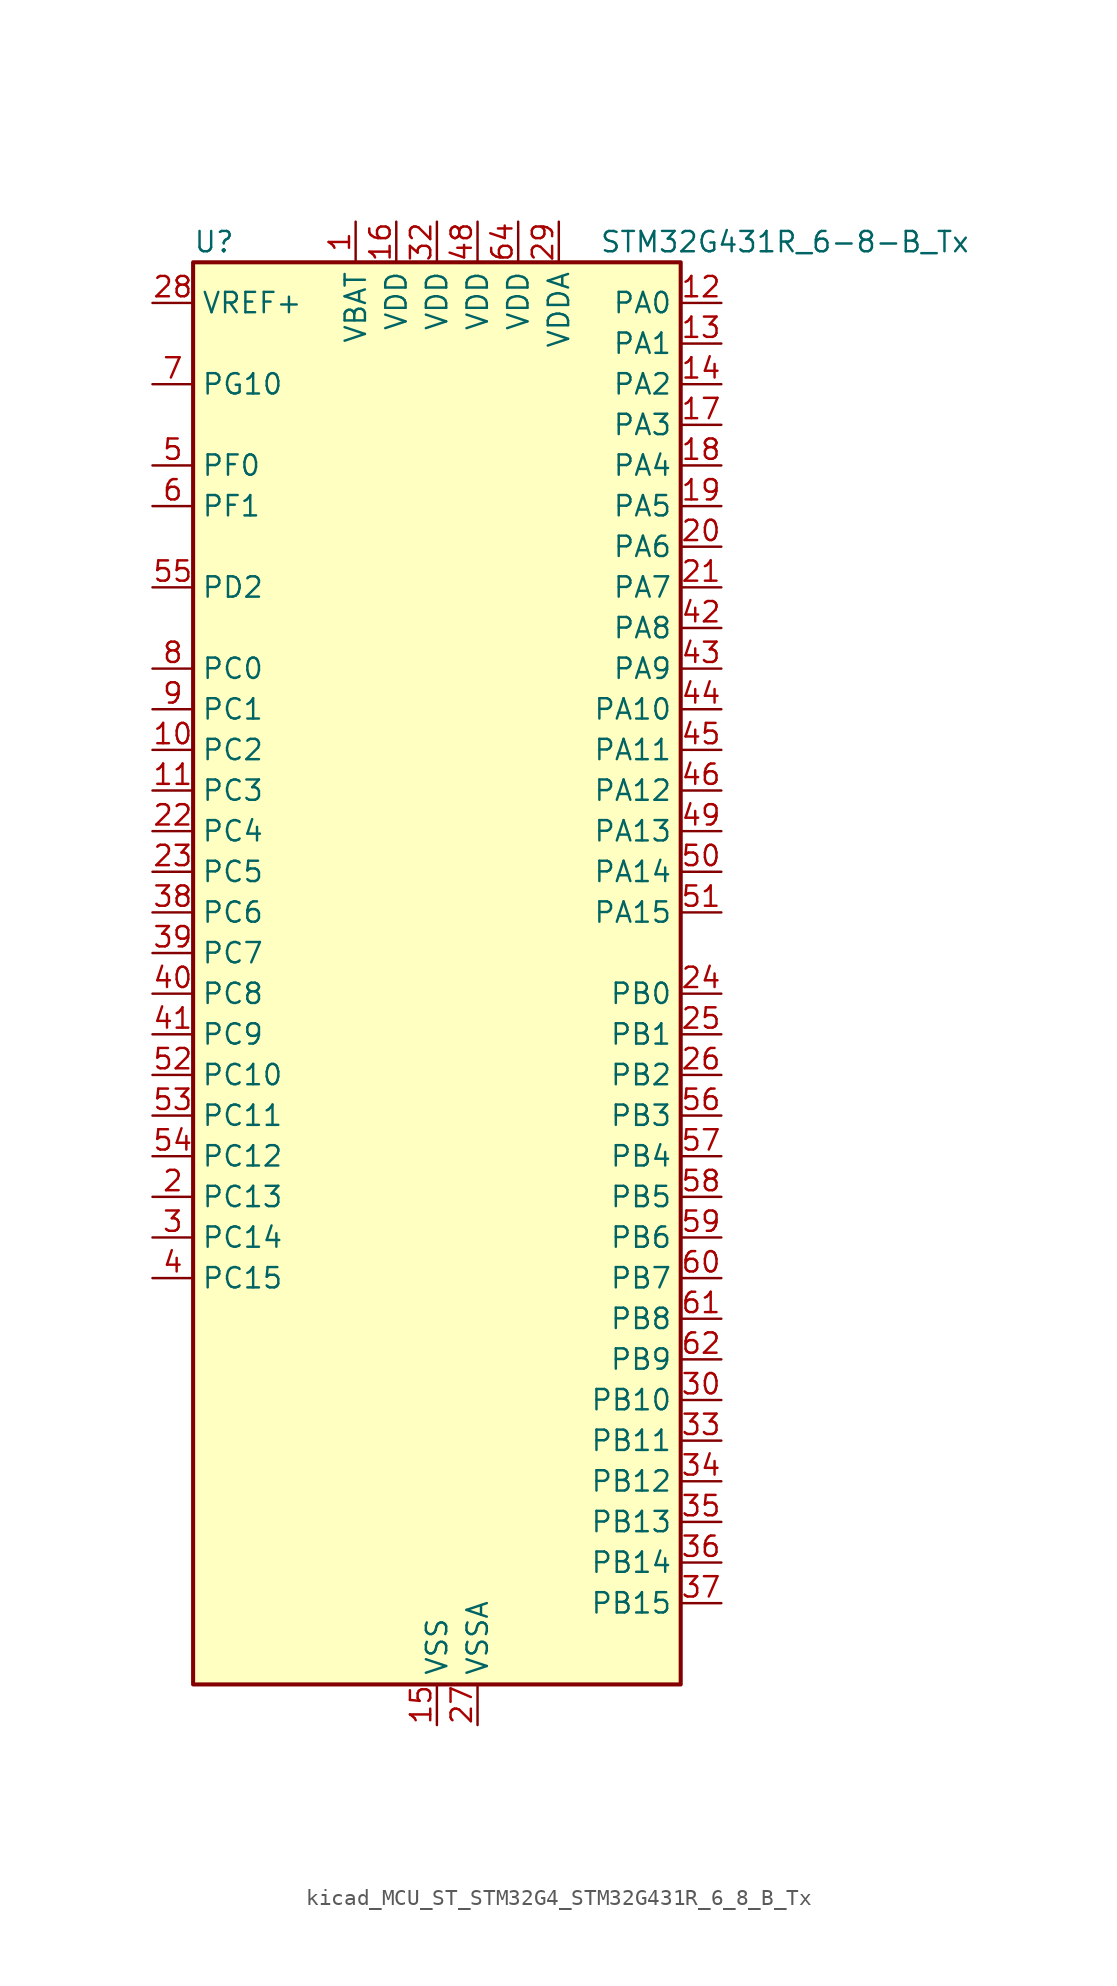
<source format=kicad_sym>
(kicad_symbol_lib
  (version 20220914)
  (generator kicad_symbol_editor)
  (symbol "kicad_MCU_ST_STM32G4_STM32G431R_6_8_B_Tx"
    (property "Reference" "U"
      (at -15.24 46.99 0)
      (effects (font (size 1.27 1.27)) (justify left)))
    (property "Value" "STM32G431R_6-8-B_Tx"
      (at 10.16 46.99 0)
      (effects (font (size 1.27 1.27)) (justify left)))
    (property "ki_locked" ""
      (at 0 0 0)
      (effects (font (size 1.27 1.27))))
    (symbol "kicad_MCU_ST_STM32G4_STM32G431R_6_8_B_Tx_0_1"
      (rectangle (start -15.24 -43.18) (end 15.24 45.72) (stroke (width 0.254) (type default)) (fill (type background))))
    (symbol "kicad_MCU_ST_STM32G4_STM32G431R_6_8_B_Tx_1_1"
      (pin power_in line (at -5.08 48.26 270) (length 2.54) (name "VBAT" (effects (font (size 1.27 1.27)))) (number "1" (effects (font (size 1.27 1.27)))))
      (pin bidirectional line (at -17.78 15.24 0) (length 2.54) (name "PC2" (effects (font (size 1.27 1.27)))) (number "10" (effects (font (size 1.27 1.27)))) (alternate "ADC1_IN8" bidirectional line) (alternate "ADC2_IN8" bidirectional line) (alternate "COMP3_OUT" bidirectional line) (alternate "LPTIM1_IN2" bidirectional line) (alternate "TIM1_CH3" bidirectional line))
      (pin bidirectional line (at -17.78 12.7 0) (length 2.54) (name "PC3" (effects (font (size 1.27 1.27)))) (number "11" (effects (font (size 1.27 1.27)))) (alternate "ADC1_IN9" bidirectional line) (alternate "ADC2_IN9" bidirectional line) (alternate "LPTIM1_ETR" bidirectional line) (alternate "SAI1_D1" bidirectional line) (alternate "SAI1_SD_A" bidirectional line) (alternate "TIM1_BKIN2" bidirectional line) (alternate "TIM1_CH4" bidirectional line))
      (pin bidirectional line (at 17.78 43.18 180) (length 2.54) (name "PA0" (effects (font (size 1.27 1.27)))) (number "12" (effects (font (size 1.27 1.27)))) (alternate "ADC1_IN1" bidirectional line) (alternate "ADC2_IN1" bidirectional line) (alternate "COMP1_INM" bidirectional line) (alternate "COMP1_OUT" bidirectional line) (alternate "COMP3_INP" bidirectional line) (alternate "RTC_TAMP2" bidirectional line) (alternate "SYS_WKUP1" bidirectional line) (alternate "TIM2_CH1" bidirectional line) (alternate "TIM2_ETR" bidirectional line) (alternate "TIM8_BKIN" bidirectional line) (alternate "TIM8_ETR" bidirectional line) (alternate "USART2_CTS" bidirectional line) (alternate "USART2_NSS" bidirectional line))
      (pin bidirectional line (at 17.78 40.64 180) (length 2.54) (name "PA1" (effects (font (size 1.27 1.27)))) (number "13" (effects (font (size 1.27 1.27)))) (alternate "ADC1_IN2" bidirectional line) (alternate "ADC2_IN2" bidirectional line) (alternate "COMP1_INP" bidirectional line) (alternate "OPAMP1_VINP" bidirectional line) (alternate "OPAMP1_VINP_SEC" bidirectional line) (alternate "OPAMP3_VINP" bidirectional line) (alternate "OPAMP3_VINP_SEC" bidirectional line) (alternate "RTC_REFIN" bidirectional line) (alternate "TIM15_CH1N" bidirectional line) (alternate "TIM2_CH2" bidirectional line) (alternate "USART2_DE" bidirectional line) (alternate "USART2_RTS" bidirectional line))
      (pin bidirectional line (at 17.78 38.1 180) (length 2.54) (name "PA2" (effects (font (size 1.27 1.27)))) (number "14" (effects (font (size 1.27 1.27)))) (alternate "ADC1_IN3" bidirectional line) (alternate "COMP2_INM" bidirectional line) (alternate "COMP2_OUT" bidirectional line) (alternate "LPUART1_TX" bidirectional line) (alternate "OPAMP1_VOUT" bidirectional line) (alternate "RCC_LSCO" bidirectional line) (alternate "SYS_WKUP4" bidirectional line) (alternate "TIM15_CH1" bidirectional line) (alternate "TIM2_CH3" bidirectional line) (alternate "UCPD1_FRSTX1" bidirectional line) (alternate "UCPD1_FRSTX2" bidirectional line) (alternate "USART2_TX" bidirectional line))
      (pin power_in line (at 0 -45.72 90) (length 2.54) (name "VSS" (effects (font (size 1.27 1.27)))) (number "15" (effects (font (size 1.27 1.27)))))
      (pin power_in line (at -2.54 48.26 270) (length 2.54) (name "VDD" (effects (font (size 1.27 1.27)))) (number "16" (effects (font (size 1.27 1.27)))))
      (pin bidirectional line (at 17.78 35.56 180) (length 2.54) (name "PA3" (effects (font (size 1.27 1.27)))) (number "17" (effects (font (size 1.27 1.27)))) (alternate "ADC1_IN4" bidirectional line) (alternate "COMP2_INP" bidirectional line) (alternate "LPUART1_RX" bidirectional line) (alternate "OPAMP1_VINM" bidirectional line) (alternate "OPAMP1_VINM0" bidirectional line) (alternate "OPAMP1_VINM_SEC" bidirectional line) (alternate "OPAMP1_VINP" bidirectional line) (alternate "OPAMP1_VINP_SEC" bidirectional line) (alternate "SAI1_CK1" bidirectional line) (alternate "SAI1_MCLK_A" bidirectional line) (alternate "TIM15_CH2" bidirectional line) (alternate "TIM2_CH4" bidirectional line) (alternate "USART2_RX" bidirectional line))
      (pin bidirectional line (at 17.78 33.02 180) (length 2.54) (name "PA4" (effects (font (size 1.27 1.27)))) (number "18" (effects (font (size 1.27 1.27)))) (alternate "ADC2_IN17" bidirectional line) (alternate "COMP1_INM" bidirectional line) (alternate "DAC1_OUT1" bidirectional line) (alternate "I2S3_WS" bidirectional line) (alternate "SAI1_FS_B" bidirectional line) (alternate "SPI1_NSS" bidirectional line) (alternate "SPI3_NSS" bidirectional line) (alternate "TIM3_CH2" bidirectional line) (alternate "USART2_CK" bidirectional line))
      (pin bidirectional line (at 17.78 30.48 180) (length 2.54) (name "PA5" (effects (font (size 1.27 1.27)))) (number "19" (effects (font (size 1.27 1.27)))) (alternate "ADC2_IN13" bidirectional line) (alternate "COMP2_INM" bidirectional line) (alternate "DAC1_OUT2" bidirectional line) (alternate "OPAMP2_VINM" bidirectional line) (alternate "OPAMP2_VINM0" bidirectional line) (alternate "OPAMP2_VINM_SEC" bidirectional line) (alternate "SPI1_SCK" bidirectional line) (alternate "TIM2_CH1" bidirectional line) (alternate "TIM2_ETR" bidirectional line) (alternate "UCPD1_FRSTX1" bidirectional line) (alternate "UCPD1_FRSTX2" bidirectional line))
      (pin bidirectional line (at -17.78 -12.7 0) (length 2.54) (name "PC13" (effects (font (size 1.27 1.27)))) (number "2" (effects (font (size 1.27 1.27)))) (alternate "RTC_OUT1" bidirectional line) (alternate "RTC_TAMP1" bidirectional line) (alternate "RTC_TS" bidirectional line) (alternate "SYS_WKUP2" bidirectional line) (alternate "TIM1_BKIN" bidirectional line) (alternate "TIM1_CH1N" bidirectional line) (alternate "TIM8_CH4N" bidirectional line))
      (pin bidirectional line (at 17.78 27.94 180) (length 2.54) (name "PA6" (effects (font (size 1.27 1.27)))) (number "20" (effects (font (size 1.27 1.27)))) (alternate "ADC2_IN3" bidirectional line) (alternate "COMP1_OUT" bidirectional line) (alternate "LPUART1_CTS" bidirectional line) (alternate "OPAMP2_VOUT" bidirectional line) (alternate "SPI1_MISO" bidirectional line) (alternate "TIM16_CH1" bidirectional line) (alternate "TIM1_BKIN" bidirectional line) (alternate "TIM3_CH1" bidirectional line) (alternate "TIM8_BKIN" bidirectional line))
      (pin bidirectional line (at 17.78 25.4 180) (length 2.54) (name "PA7" (effects (font (size 1.27 1.27)))) (number "21" (effects (font (size 1.27 1.27)))) (alternate "ADC2_IN4" bidirectional line) (alternate "COMP2_INP" bidirectional line) (alternate "COMP2_OUT" bidirectional line) (alternate "OPAMP1_VINP" bidirectional line) (alternate "OPAMP1_VINP_SEC" bidirectional line) (alternate "OPAMP2_VINP" bidirectional line) (alternate "OPAMP2_VINP_SEC" bidirectional line) (alternate "SPI1_MOSI" bidirectional line) (alternate "TIM17_CH1" bidirectional line) (alternate "TIM1_CH1N" bidirectional line) (alternate "TIM3_CH2" bidirectional line) (alternate "TIM8_CH1N" bidirectional line) (alternate "UCPD1_FRSTX1" bidirectional line) (alternate "UCPD1_FRSTX2" bidirectional line))
      (pin bidirectional line (at -17.78 10.16 0) (length 2.54) (name "PC4" (effects (font (size 1.27 1.27)))) (number "22" (effects (font (size 1.27 1.27)))) (alternate "ADC2_IN5" bidirectional line) (alternate "I2C2_SCL" bidirectional line) (alternate "TIM1_ETR" bidirectional line) (alternate "USART1_TX" bidirectional line))
      (pin bidirectional line (at -17.78 7.62 0) (length 2.54) (name "PC5" (effects (font (size 1.27 1.27)))) (number "23" (effects (font (size 1.27 1.27)))) (alternate "ADC2_IN11" bidirectional line) (alternate "OPAMP1_VINM" bidirectional line) (alternate "OPAMP1_VINM1" bidirectional line) (alternate "OPAMP1_VINM_SEC" bidirectional line) (alternate "OPAMP2_VINM" bidirectional line) (alternate "OPAMP2_VINM1" bidirectional line) (alternate "OPAMP2_VINM_SEC" bidirectional line) (alternate "SAI1_D3" bidirectional line) (alternate "SYS_WKUP5" bidirectional line) (alternate "TIM15_BKIN" bidirectional line) (alternate "TIM1_CH4N" bidirectional line) (alternate "USART1_RX" bidirectional line))
      (pin bidirectional line (at 17.78 0 180) (length 2.54) (name "PB0" (effects (font (size 1.27 1.27)))) (number "24" (effects (font (size 1.27 1.27)))) (alternate "ADC1_IN15" bidirectional line) (alternate "COMP4_INP" bidirectional line) (alternate "OPAMP2_VINP" bidirectional line) (alternate "OPAMP2_VINP_SEC" bidirectional line) (alternate "OPAMP3_VINP" bidirectional line) (alternate "OPAMP3_VINP_SEC" bidirectional line) (alternate "TIM1_CH2N" bidirectional line) (alternate "TIM3_CH3" bidirectional line) (alternate "TIM8_CH2N" bidirectional line) (alternate "UCPD1_FRSTX1" bidirectional line) (alternate "UCPD1_FRSTX2" bidirectional line))
      (pin bidirectional line (at 17.78 -2.54 180) (length 2.54) (name "PB1" (effects (font (size 1.27 1.27)))) (number "25" (effects (font (size 1.27 1.27)))) (alternate "ADC1_IN12" bidirectional line) (alternate "COMP1_INP" bidirectional line) (alternate "COMP4_OUT" bidirectional line) (alternate "LPUART1_DE" bidirectional line) (alternate "LPUART1_RTS" bidirectional line) (alternate "OPAMP3_VOUT" bidirectional line) (alternate "TIM1_CH3N" bidirectional line) (alternate "TIM3_CH4" bidirectional line) (alternate "TIM8_CH3N" bidirectional line))
      (pin bidirectional line (at 17.78 -5.08 180) (length 2.54) (name "PB2" (effects (font (size 1.27 1.27)))) (number "26" (effects (font (size 1.27 1.27)))) (alternate "ADC2_IN12" bidirectional line) (alternate "COMP4_INM" bidirectional line) (alternate "I2C3_SMBA" bidirectional line) (alternate "LPTIM1_OUT" bidirectional line) (alternate "OPAMP3_VINM" bidirectional line) (alternate "OPAMP3_VINM0" bidirectional line) (alternate "OPAMP3_VINM_SEC" bidirectional line) (alternate "RTC_OUT2" bidirectional line))
      (pin power_in line (at 2.54 -45.72 90) (length 2.54) (name "VSSA" (effects (font (size 1.27 1.27)))) (number "27" (effects (font (size 1.27 1.27)))))
      (pin input line (at -17.78 43.18 0) (length 2.54) (name "VREF+" (effects (font (size 1.27 1.27)))) (number "28" (effects (font (size 1.27 1.27)))) (alternate "VREFBUF_OUT" bidirectional line))
      (pin power_in line (at 7.62 48.26 270) (length 2.54) (name "VDDA" (effects (font (size 1.27 1.27)))) (number "29" (effects (font (size 1.27 1.27)))))
      (pin bidirectional line (at -17.78 -15.24 0) (length 2.54) (name "PC14" (effects (font (size 1.27 1.27)))) (number "3" (effects (font (size 1.27 1.27)))) (alternate "RCC_OSC32_IN" bidirectional line))
      (pin bidirectional line (at 17.78 -25.4 180) (length 2.54) (name "PB10" (effects (font (size 1.27 1.27)))) (number "30" (effects (font (size 1.27 1.27)))) (alternate "DAC1_EXTI10" bidirectional line) (alternate "DAC3_EXTI10" bidirectional line) (alternate "LPUART1_RX" bidirectional line) (alternate "OPAMP3_VINM" bidirectional line) (alternate "OPAMP3_VINM1" bidirectional line) (alternate "OPAMP3_VINM_SEC" bidirectional line) (alternate "SAI1_SCK_A" bidirectional line) (alternate "TIM1_BKIN" bidirectional line) (alternate "TIM2_CH3" bidirectional line) (alternate "USART3_TX" bidirectional line))
      (pin passive line (at 0 -45.72 90) (length 2.54) hide (name "VSS" (effects (font (size 1.27 1.27)))) (number "31" (effects (font (size 1.27 1.27)))))
      (pin power_in line (at 0 48.26 270) (length 2.54) (name "VDD" (effects (font (size 1.27 1.27)))) (number "32" (effects (font (size 1.27 1.27)))))
      (pin bidirectional line (at 17.78 -27.94 180) (length 2.54) (name "PB11" (effects (font (size 1.27 1.27)))) (number "33" (effects (font (size 1.27 1.27)))) (alternate "ADC1_EXTI11" bidirectional line) (alternate "ADC1_IN14" bidirectional line) (alternate "ADC2_EXTI11" bidirectional line) (alternate "ADC2_IN14" bidirectional line) (alternate "LPUART1_TX" bidirectional line) (alternate "TIM2_CH4" bidirectional line) (alternate "USART3_RX" bidirectional line))
      (pin bidirectional line (at 17.78 -30.48 180) (length 2.54) (name "PB12" (effects (font (size 1.27 1.27)))) (number "34" (effects (font (size 1.27 1.27)))) (alternate "ADC1_IN11" bidirectional line) (alternate "I2C2_SMBA" bidirectional line) (alternate "I2S2_WS" bidirectional line) (alternate "LPUART1_DE" bidirectional line) (alternate "LPUART1_RTS" bidirectional line) (alternate "SPI2_NSS" bidirectional line) (alternate "TIM1_BKIN" bidirectional line) (alternate "USART3_CK" bidirectional line))
      (pin bidirectional line (at 17.78 -33.02 180) (length 2.54) (name "PB13" (effects (font (size 1.27 1.27)))) (number "35" (effects (font (size 1.27 1.27)))) (alternate "I2S2_CK" bidirectional line) (alternate "LPUART1_CTS" bidirectional line) (alternate "OPAMP3_VINP" bidirectional line) (alternate "OPAMP3_VINP_SEC" bidirectional line) (alternate "SPI2_SCK" bidirectional line) (alternate "TIM1_CH1N" bidirectional line) (alternate "USART3_CTS" bidirectional line) (alternate "USART3_NSS" bidirectional line))
      (pin bidirectional line (at 17.78 -35.56 180) (length 2.54) (name "PB14" (effects (font (size 1.27 1.27)))) (number "36" (effects (font (size 1.27 1.27)))) (alternate "ADC1_IN5" bidirectional line) (alternate "COMP4_OUT" bidirectional line) (alternate "OPAMP2_VINP" bidirectional line) (alternate "OPAMP2_VINP_SEC" bidirectional line) (alternate "SPI2_MISO" bidirectional line) (alternate "TIM15_CH1" bidirectional line) (alternate "TIM1_CH2N" bidirectional line) (alternate "USART3_DE" bidirectional line) (alternate "USART3_RTS" bidirectional line))
      (pin bidirectional line (at 17.78 -38.1 180) (length 2.54) (name "PB15" (effects (font (size 1.27 1.27)))) (number "37" (effects (font (size 1.27 1.27)))) (alternate "ADC1_EXTI15" bidirectional line) (alternate "ADC2_EXTI15" bidirectional line) (alternate "ADC2_IN15" bidirectional line) (alternate "COMP3_OUT" bidirectional line) (alternate "I2S2_SD" bidirectional line) (alternate "RTC_REFIN" bidirectional line) (alternate "SPI2_MOSI" bidirectional line) (alternate "TIM15_CH1N" bidirectional line) (alternate "TIM15_CH2" bidirectional line) (alternate "TIM1_CH3N" bidirectional line))
      (pin bidirectional line (at -17.78 5.08 0) (length 2.54) (name "PC6" (effects (font (size 1.27 1.27)))) (number "38" (effects (font (size 1.27 1.27)))) (alternate "I2S2_MCK" bidirectional line) (alternate "TIM3_CH1" bidirectional line) (alternate "TIM8_CH1" bidirectional line))
      (pin bidirectional line (at -17.78 2.54 0) (length 2.54) (name "PC7" (effects (font (size 1.27 1.27)))) (number "39" (effects (font (size 1.27 1.27)))) (alternate "I2S3_MCK" bidirectional line) (alternate "TIM3_CH2" bidirectional line) (alternate "TIM8_CH2" bidirectional line))
      (pin bidirectional line (at -17.78 -17.78 0) (length 2.54) (name "PC15" (effects (font (size 1.27 1.27)))) (number "4" (effects (font (size 1.27 1.27)))) (alternate "ADC1_EXTI15" bidirectional line) (alternate "ADC2_EXTI15" bidirectional line) (alternate "RCC_OSC32_OUT" bidirectional line))
      (pin bidirectional line (at -17.78 0 0) (length 2.54) (name "PC8" (effects (font (size 1.27 1.27)))) (number "40" (effects (font (size 1.27 1.27)))) (alternate "I2C3_SCL" bidirectional line) (alternate "TIM3_CH3" bidirectional line) (alternate "TIM8_CH3" bidirectional line))
      (pin bidirectional line (at -17.78 -2.54 0) (length 2.54) (name "PC9" (effects (font (size 1.27 1.27)))) (number "41" (effects (font (size 1.27 1.27)))) (alternate "DAC1_EXTI9" bidirectional line) (alternate "DAC3_EXTI9" bidirectional line) (alternate "I2C3_SDA" bidirectional line) (alternate "I2S_CKIN" bidirectional line) (alternate "TIM3_CH4" bidirectional line) (alternate "TIM8_BKIN2" bidirectional line) (alternate "TIM8_CH4" bidirectional line))
      (pin bidirectional line (at 17.78 22.86 180) (length 2.54) (name "PA8" (effects (font (size 1.27 1.27)))) (number "42" (effects (font (size 1.27 1.27)))) (alternate "I2C2_SDA" bidirectional line) (alternate "I2C3_SCL" bidirectional line) (alternate "I2S2_MCK" bidirectional line) (alternate "RCC_MCO" bidirectional line) (alternate "SAI1_CK2" bidirectional line) (alternate "SAI1_SCK_A" bidirectional line) (alternate "TIM1_CH1" bidirectional line) (alternate "TIM4_ETR" bidirectional line) (alternate "USART1_CK" bidirectional line))
      (pin bidirectional line (at 17.78 20.32 180) (length 2.54) (name "PA9" (effects (font (size 1.27 1.27)))) (number "43" (effects (font (size 1.27 1.27)))) (alternate "DAC1_EXTI9" bidirectional line) (alternate "DAC3_EXTI9" bidirectional line) (alternate "I2C2_SCL" bidirectional line) (alternate "I2C3_SMBA" bidirectional line) (alternate "I2S3_MCK" bidirectional line) (alternate "SAI1_FS_A" bidirectional line) (alternate "TIM15_BKIN" bidirectional line) (alternate "TIM1_CH2" bidirectional line) (alternate "TIM2_CH3" bidirectional line) (alternate "UCPD1_DBCC1" bidirectional line) (alternate "USART1_TX" bidirectional line))
      (pin bidirectional line (at 17.78 17.78 180) (length 2.54) (name "PA10" (effects (font (size 1.27 1.27)))) (number "44" (effects (font (size 1.27 1.27)))) (alternate "CRS_SYNC" bidirectional line) (alternate "DAC1_EXTI10" bidirectional line) (alternate "DAC3_EXTI10" bidirectional line) (alternate "I2C2_SMBA" bidirectional line) (alternate "SAI1_D1" bidirectional line) (alternate "SAI1_SD_A" bidirectional line) (alternate "SPI2_MISO" bidirectional line) (alternate "TIM17_BKIN" bidirectional line) (alternate "TIM1_CH3" bidirectional line) (alternate "TIM2_CH4" bidirectional line) (alternate "TIM8_BKIN" bidirectional line) (alternate "UCPD1_DBCC2" bidirectional line) (alternate "USART1_RX" bidirectional line))
      (pin bidirectional line (at 17.78 15.24 180) (length 2.54) (name "PA11" (effects (font (size 1.27 1.27)))) (number "45" (effects (font (size 1.27 1.27)))) (alternate "ADC1_EXTI11" bidirectional line) (alternate "ADC2_EXTI11" bidirectional line) (alternate "COMP1_OUT" bidirectional line) (alternate "FDCAN1_RX" bidirectional line) (alternate "I2S2_SD" bidirectional line) (alternate "SPI2_MOSI" bidirectional line) (alternate "TIM1_BKIN2" bidirectional line) (alternate "TIM1_CH1N" bidirectional line) (alternate "TIM1_CH4" bidirectional line) (alternate "TIM4_CH1" bidirectional line) (alternate "USART1_CTS" bidirectional line) (alternate "USART1_NSS" bidirectional line) (alternate "USB_DM" bidirectional line))
      (pin bidirectional line (at 17.78 12.7 180) (length 2.54) (name "PA12" (effects (font (size 1.27 1.27)))) (number "46" (effects (font (size 1.27 1.27)))) (alternate "COMP2_OUT" bidirectional line) (alternate "FDCAN1_TX" bidirectional line) (alternate "I2S_CKIN" bidirectional line) (alternate "TIM16_CH1" bidirectional line) (alternate "TIM1_CH2N" bidirectional line) (alternate "TIM1_ETR" bidirectional line) (alternate "TIM4_CH2" bidirectional line) (alternate "USART1_DE" bidirectional line) (alternate "USART1_RTS" bidirectional line) (alternate "USB_DP" bidirectional line))
      (pin passive line (at 0 -45.72 90) (length 2.54) hide (name "VSS" (effects (font (size 1.27 1.27)))) (number "47" (effects (font (size 1.27 1.27)))))
      (pin power_in line (at 2.54 48.26 270) (length 2.54) (name "VDD" (effects (font (size 1.27 1.27)))) (number "48" (effects (font (size 1.27 1.27)))))
      (pin bidirectional line (at 17.78 10.16 180) (length 2.54) (name "PA13" (effects (font (size 1.27 1.27)))) (number "49" (effects (font (size 1.27 1.27)))) (alternate "I2C1_SCL" bidirectional line) (alternate "IR_OUT" bidirectional line) (alternate "SAI1_SD_B" bidirectional line) (alternate "SYS_JTMS-SWDIO" bidirectional line) (alternate "TIM16_CH1N" bidirectional line) (alternate "TIM4_CH3" bidirectional line) (alternate "USART3_CTS" bidirectional line) (alternate "USART3_NSS" bidirectional line))
      (pin bidirectional line (at -17.78 33.02 0) (length 2.54) (name "PF0" (effects (font (size 1.27 1.27)))) (number "5" (effects (font (size 1.27 1.27)))) (alternate "ADC1_IN10" bidirectional line) (alternate "I2C2_SDA" bidirectional line) (alternate "I2S2_WS" bidirectional line) (alternate "RCC_OSC_IN" bidirectional line) (alternate "SPI2_NSS" bidirectional line) (alternate "TIM1_CH3N" bidirectional line))
      (pin bidirectional line (at 17.78 7.62 180) (length 2.54) (name "PA14" (effects (font (size 1.27 1.27)))) (number "50" (effects (font (size 1.27 1.27)))) (alternate "I2C1_SDA" bidirectional line) (alternate "LPTIM1_OUT" bidirectional line) (alternate "SAI1_FS_B" bidirectional line) (alternate "SYS_JTCK-SWCLK" bidirectional line) (alternate "TIM1_BKIN" bidirectional line) (alternate "TIM8_CH2" bidirectional line) (alternate "USART2_TX" bidirectional line))
      (pin bidirectional line (at 17.78 5.08 180) (length 2.54) (name "PA15" (effects (font (size 1.27 1.27)))) (number "51" (effects (font (size 1.27 1.27)))) (alternate "ADC1_EXTI15" bidirectional line) (alternate "ADC2_EXTI15" bidirectional line) (alternate "I2C1_SCL" bidirectional line) (alternate "I2S3_WS" bidirectional line) (alternate "SPI1_NSS" bidirectional line) (alternate "SPI3_NSS" bidirectional line) (alternate "SYS_JTDI" bidirectional line) (alternate "TIM1_BKIN" bidirectional line) (alternate "TIM2_CH1" bidirectional line) (alternate "TIM2_ETR" bidirectional line) (alternate "TIM8_CH1" bidirectional line) (alternate "UART4_DE" bidirectional line) (alternate "UART4_RTS" bidirectional line) (alternate "USART2_RX" bidirectional line))
      (pin bidirectional line (at -17.78 -5.08 0) (length 2.54) (name "PC10" (effects (font (size 1.27 1.27)))) (number "52" (effects (font (size 1.27 1.27)))) (alternate "DAC1_EXTI10" bidirectional line) (alternate "DAC3_EXTI10" bidirectional line) (alternate "I2S3_CK" bidirectional line) (alternate "SPI3_SCK" bidirectional line) (alternate "TIM8_CH1N" bidirectional line) (alternate "UART4_TX" bidirectional line) (alternate "USART3_TX" bidirectional line))
      (pin bidirectional line (at -17.78 -7.62 0) (length 2.54) (name "PC11" (effects (font (size 1.27 1.27)))) (number "53" (effects (font (size 1.27 1.27)))) (alternate "ADC1_EXTI11" bidirectional line) (alternate "ADC2_EXTI11" bidirectional line) (alternate "I2C3_SDA" bidirectional line) (alternate "SPI3_MISO" bidirectional line) (alternate "TIM8_CH2N" bidirectional line) (alternate "UART4_RX" bidirectional line) (alternate "USART3_RX" bidirectional line))
      (pin bidirectional line (at -17.78 -10.16 0) (length 2.54) (name "PC12" (effects (font (size 1.27 1.27)))) (number "54" (effects (font (size 1.27 1.27)))) (alternate "I2S3_SD" bidirectional line) (alternate "SPI3_MOSI" bidirectional line) (alternate "TIM8_CH3N" bidirectional line) (alternate "UCPD1_FRSTX1" bidirectional line) (alternate "UCPD1_FRSTX2" bidirectional line) (alternate "USART3_CK" bidirectional line))
      (pin bidirectional line (at -17.78 25.4 0) (length 2.54) (name "PD2" (effects (font (size 1.27 1.27)))) (number "55" (effects (font (size 1.27 1.27)))) (alternate "TIM3_ETR" bidirectional line) (alternate "TIM8_BKIN" bidirectional line))
      (pin bidirectional line (at 17.78 -7.62 180) (length 2.54) (name "PB3" (effects (font (size 1.27 1.27)))) (number "56" (effects (font (size 1.27 1.27)))) (alternate "CRS_SYNC" bidirectional line) (alternate "I2S3_CK" bidirectional line) (alternate "SAI1_SCK_B" bidirectional line) (alternate "SPI1_SCK" bidirectional line) (alternate "SPI3_SCK" bidirectional line) (alternate "SYS_JTDO-SWO" bidirectional line) (alternate "TIM2_CH2" bidirectional line) (alternate "TIM3_ETR" bidirectional line) (alternate "TIM4_ETR" bidirectional line) (alternate "TIM8_CH1N" bidirectional line) (alternate "USART2_TX" bidirectional line))
      (pin bidirectional line (at 17.78 -10.16 180) (length 2.54) (name "PB4" (effects (font (size 1.27 1.27)))) (number "57" (effects (font (size 1.27 1.27)))) (alternate "SAI1_MCLK_B" bidirectional line) (alternate "SPI1_MISO" bidirectional line) (alternate "SPI3_MISO" bidirectional line) (alternate "SYS_JTRST" bidirectional line) (alternate "TIM16_CH1" bidirectional line) (alternate "TIM17_BKIN" bidirectional line) (alternate "TIM3_CH1" bidirectional line) (alternate "TIM8_CH2N" bidirectional line) (alternate "UCPD1_CC2" bidirectional line) (alternate "USART2_RX" bidirectional line))
      (pin bidirectional line (at 17.78 -12.7 180) (length 2.54) (name "PB5" (effects (font (size 1.27 1.27)))) (number "58" (effects (font (size 1.27 1.27)))) (alternate "I2C1_SMBA" bidirectional line) (alternate "I2C3_SDA" bidirectional line) (alternate "I2S3_SD" bidirectional line) (alternate "LPTIM1_IN1" bidirectional line) (alternate "SAI1_SD_B" bidirectional line) (alternate "SPI1_MOSI" bidirectional line) (alternate "SPI3_MOSI" bidirectional line) (alternate "TIM16_BKIN" bidirectional line) (alternate "TIM17_CH1" bidirectional line) (alternate "TIM3_CH2" bidirectional line) (alternate "TIM8_CH3N" bidirectional line) (alternate "USART2_CK" bidirectional line))
      (pin bidirectional line (at 17.78 -15.24 180) (length 2.54) (name "PB6" (effects (font (size 1.27 1.27)))) (number "59" (effects (font (size 1.27 1.27)))) (alternate "COMP4_OUT" bidirectional line) (alternate "LPTIM1_ETR" bidirectional line) (alternate "SAI1_FS_B" bidirectional line) (alternate "TIM16_CH1N" bidirectional line) (alternate "TIM4_CH1" bidirectional line) (alternate "TIM8_BKIN2" bidirectional line) (alternate "TIM8_CH1" bidirectional line) (alternate "TIM8_ETR" bidirectional line) (alternate "UCPD1_CC1" bidirectional line) (alternate "USART1_TX" bidirectional line))
      (pin bidirectional line (at -17.78 30.48 0) (length 2.54) (name "PF1" (effects (font (size 1.27 1.27)))) (number "6" (effects (font (size 1.27 1.27)))) (alternate "ADC2_IN10" bidirectional line) (alternate "COMP3_INM" bidirectional line) (alternate "I2S2_CK" bidirectional line) (alternate "RCC_OSC_OUT" bidirectional line) (alternate "SPI2_SCK" bidirectional line))
      (pin bidirectional line (at 17.78 -17.78 180) (length 2.54) (name "PB7" (effects (font (size 1.27 1.27)))) (number "60" (effects (font (size 1.27 1.27)))) (alternate "COMP3_OUT" bidirectional line) (alternate "I2C1_SDA" bidirectional line) (alternate "LPTIM1_IN2" bidirectional line) (alternate "SYS_PVD_IN" bidirectional line) (alternate "TIM17_CH1N" bidirectional line) (alternate "TIM3_CH4" bidirectional line) (alternate "TIM4_CH2" bidirectional line) (alternate "TIM8_BKIN" bidirectional line) (alternate "UART4_CTS" bidirectional line) (alternate "USART1_RX" bidirectional line))
      (pin bidirectional line (at 17.78 -20.32 180) (length 2.54) (name "PB8" (effects (font (size 1.27 1.27)))) (number "61" (effects (font (size 1.27 1.27)))) (alternate "COMP1_OUT" bidirectional line) (alternate "FDCAN1_RX" bidirectional line) (alternate "I2C1_SCL" bidirectional line) (alternate "SAI1_CK1" bidirectional line) (alternate "SAI1_MCLK_A" bidirectional line) (alternate "TIM16_CH1" bidirectional line) (alternate "TIM1_BKIN" bidirectional line) (alternate "TIM4_CH3" bidirectional line) (alternate "TIM8_CH2" bidirectional line) (alternate "USART3_RX" bidirectional line))
      (pin bidirectional line (at 17.78 -22.86 180) (length 2.54) (name "PB9" (effects (font (size 1.27 1.27)))) (number "62" (effects (font (size 1.27 1.27)))) (alternate "COMP2_OUT" bidirectional line) (alternate "DAC1_EXTI9" bidirectional line) (alternate "DAC3_EXTI9" bidirectional line) (alternate "FDCAN1_TX" bidirectional line) (alternate "I2C1_SDA" bidirectional line) (alternate "IR_OUT" bidirectional line) (alternate "SAI1_D2" bidirectional line) (alternate "SAI1_FS_A" bidirectional line) (alternate "TIM17_CH1" bidirectional line) (alternate "TIM1_CH3N" bidirectional line) (alternate "TIM4_CH4" bidirectional line) (alternate "TIM8_CH3" bidirectional line) (alternate "USART3_TX" bidirectional line))
      (pin passive line (at 0 -45.72 90) (length 2.54) hide (name "VSS" (effects (font (size 1.27 1.27)))) (number "63" (effects (font (size 1.27 1.27)))))
      (pin power_in line (at 5.08 48.26 270) (length 2.54) (name "VDD" (effects (font (size 1.27 1.27)))) (number "64" (effects (font (size 1.27 1.27)))))
      (pin bidirectional line (at -17.78 38.1 0) (length 2.54) (name "PG10" (effects (font (size 1.27 1.27)))) (number "7" (effects (font (size 1.27 1.27)))) (alternate "DAC1_EXTI10" bidirectional line) (alternate "DAC3_EXTI10" bidirectional line) (alternate "RCC_MCO" bidirectional line))
      (pin bidirectional line (at -17.78 20.32 0) (length 2.54) (name "PC0" (effects (font (size 1.27 1.27)))) (number "8" (effects (font (size 1.27 1.27)))) (alternate "ADC1_IN6" bidirectional line) (alternate "ADC2_IN6" bidirectional line) (alternate "COMP3_INM" bidirectional line) (alternate "LPTIM1_IN1" bidirectional line) (alternate "LPUART1_RX" bidirectional line) (alternate "TIM1_CH1" bidirectional line))
      (pin bidirectional line (at -17.78 17.78 0) (length 2.54) (name "PC1" (effects (font (size 1.27 1.27)))) (number "9" (effects (font (size 1.27 1.27)))) (alternate "ADC1_IN7" bidirectional line) (alternate "ADC2_IN7" bidirectional line) (alternate "COMP3_INP" bidirectional line) (alternate "LPTIM1_OUT" bidirectional line) (alternate "LPUART1_TX" bidirectional line) (alternate "SAI1_SD_A" bidirectional line) (alternate "TIM1_CH2" bidirectional line)))))
</source>
